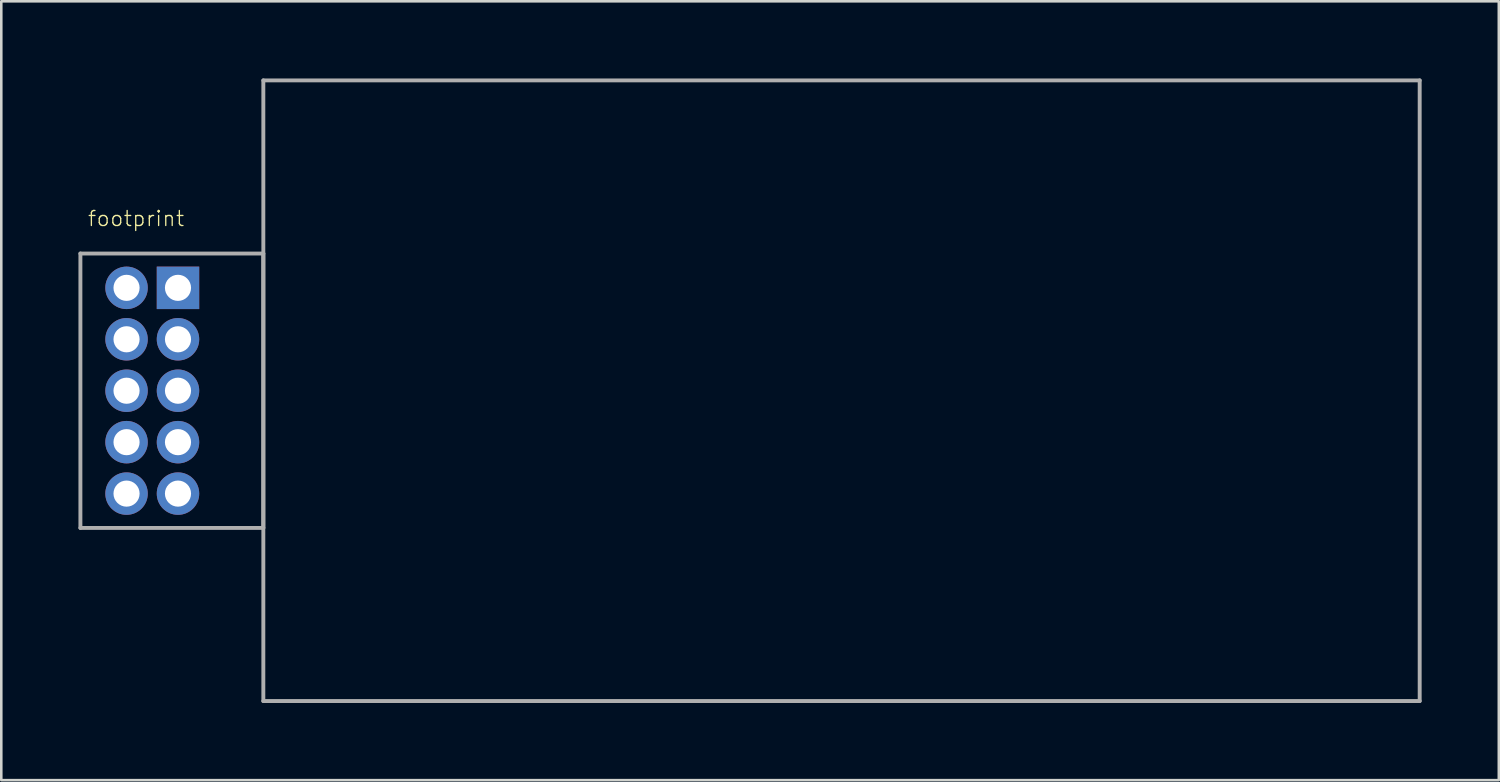
<source format=kicad_pcb>
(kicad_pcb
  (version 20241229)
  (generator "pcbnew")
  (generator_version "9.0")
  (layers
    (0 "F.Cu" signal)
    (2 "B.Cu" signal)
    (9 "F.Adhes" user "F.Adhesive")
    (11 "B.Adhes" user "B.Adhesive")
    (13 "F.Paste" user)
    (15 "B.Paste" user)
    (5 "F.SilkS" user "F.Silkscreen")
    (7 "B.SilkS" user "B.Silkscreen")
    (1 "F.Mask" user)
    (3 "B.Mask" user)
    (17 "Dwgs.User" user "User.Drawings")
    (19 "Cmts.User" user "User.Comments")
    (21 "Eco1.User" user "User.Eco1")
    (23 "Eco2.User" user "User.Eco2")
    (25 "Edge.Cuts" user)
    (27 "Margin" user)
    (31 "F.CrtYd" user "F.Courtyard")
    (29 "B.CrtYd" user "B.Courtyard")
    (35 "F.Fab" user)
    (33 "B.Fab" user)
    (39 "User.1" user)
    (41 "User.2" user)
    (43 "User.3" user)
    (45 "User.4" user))
  (footprint "footprint"
    (layer "F.Cu")
    (at 2.87 12.141)
    (property "Reference" "footprint" (at -2.54 -6.35 0) (layer "F.SilkS") (effects (font (size 0.584 0.584) (thickness 0.051)) (justify left bottom)))
    (fp_line (start -2.794 -5.334) (end 4.318 -5.334) (stroke (width 0.152) (type solid)) (layer "F.Fab"))
    (fp_line (start -2.794 5.334) (end -2.794 -5.334) (stroke (width 0.152) (type solid)) (layer "F.Fab"))
    (fp_line (start 4.318 -12.065) (end 49.276 -12.065) (stroke (width 0.152) (type solid)) (layer "F.Fab"))
    (fp_line (start 4.318 -5.334) (end 4.318 5.334) (stroke (width 0.152) (type solid)) (layer "F.Fab"))
    (fp_line (start 4.318 5.334) (end -2.794 5.334) (stroke (width 0.152) (type solid)) (layer "F.Fab"))
    (fp_line (start 4.318 12.065) (end 4.318 -12.065) (stroke (width 0.152) (type solid)) (layer "F.Fab"))
    (fp_line (start 49.276 -12.065) (end 49.276 12.065) (stroke (width 0.152) (type solid)) (layer "F.Fab"))
    (fp_line (start 49.276 12.065) (end 4.318 12.065) (stroke (width 0.152) (type solid)) (layer "F.Fab"))
    (pad "1" thru_hole rect (at 1 -4 180) (size 1.651 1.651) (drill 1.016) (layers "*.Cu" "*.Mask"))
    (pad "2" thru_hole circle (at -1 -4) (size 1.651 1.651) (drill 1.016) (layers "*.Cu" "*.Mask"))
    (pad "3" thru_hole circle (at 1 -2 180) (size 1.651 1.651) (drill 1.016) (layers "*.Cu" "*.Mask"))
    (pad "4" thru_hole circle (at -1 -2) (size 1.651 1.651) (drill 1.016) (layers "*.Cu" "*.Mask"))
    (pad "5" thru_hole circle (at 1 0) (size 1.651 1.651) (drill 1.016) (layers "*.Cu" "*.Mask"))
    (pad "6" thru_hole circle (at -1 0 180) (size 1.651 1.651) (drill 1.016) (layers "*.Cu" "*.Mask"))
    (pad "7" thru_hole circle (at 1 2) (size 1.651 1.651) (drill 1.016) (layers "*.Cu" "*.Mask"))
    (pad "8" thru_hole circle (at -1 2) (size 1.651 1.651) (drill 1.016) (layers "*.Cu" "*.Mask"))
    (pad "9" thru_hole circle (at 1 4) (size 1.651 1.651) (drill 1.016) (layers "*.Cu" "*.Mask"))
    (pad "10" thru_hole circle (at -1 4) (size 1.651 1.651) (drill 1.016) (layers "*.Cu" "*.Mask")))
  (gr_rect
    (start -3 -3)
    (end 55.222 27.282)
    (stroke (width 0.1) (type default))
    (fill no)
    (layer "Edge.Cuts")))
</source>
